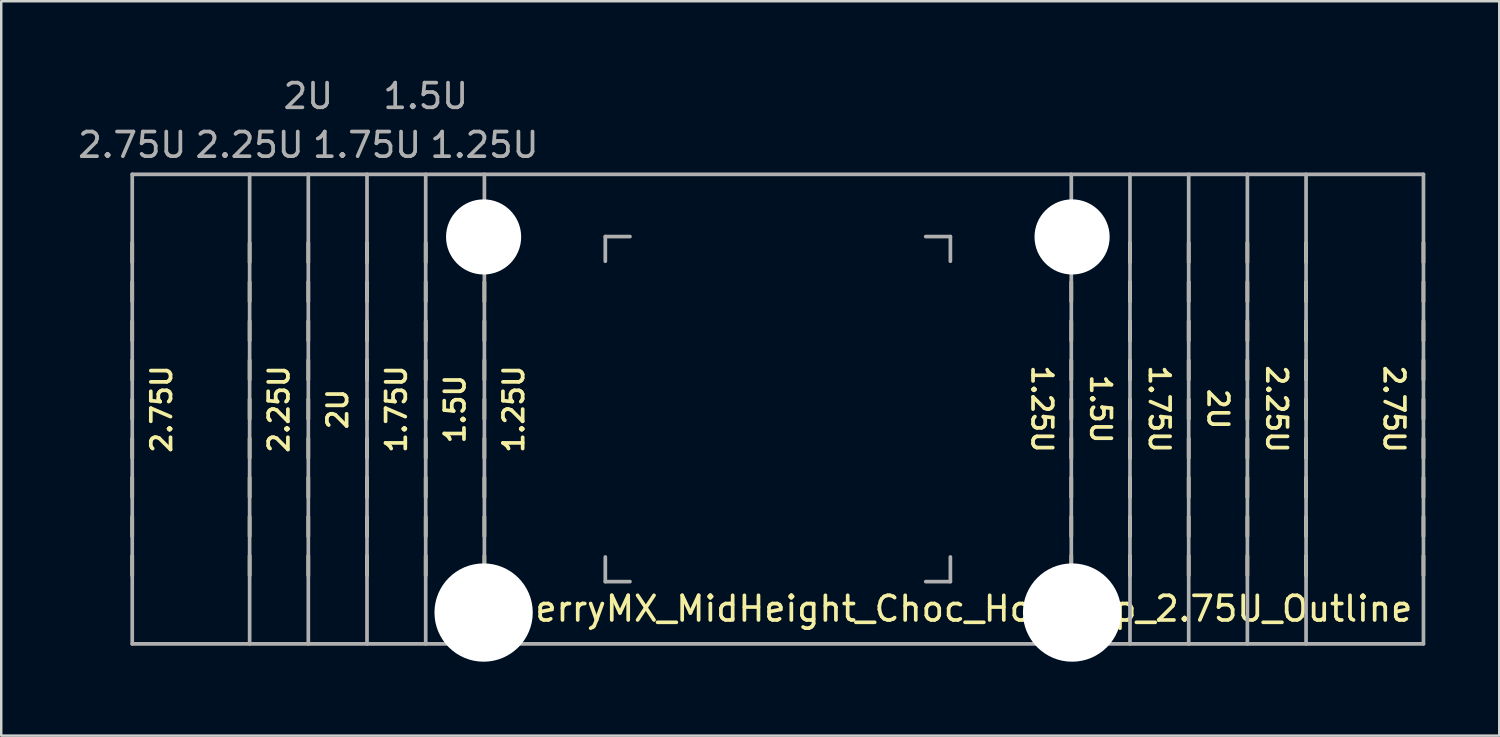
<source format=kicad_pcb>
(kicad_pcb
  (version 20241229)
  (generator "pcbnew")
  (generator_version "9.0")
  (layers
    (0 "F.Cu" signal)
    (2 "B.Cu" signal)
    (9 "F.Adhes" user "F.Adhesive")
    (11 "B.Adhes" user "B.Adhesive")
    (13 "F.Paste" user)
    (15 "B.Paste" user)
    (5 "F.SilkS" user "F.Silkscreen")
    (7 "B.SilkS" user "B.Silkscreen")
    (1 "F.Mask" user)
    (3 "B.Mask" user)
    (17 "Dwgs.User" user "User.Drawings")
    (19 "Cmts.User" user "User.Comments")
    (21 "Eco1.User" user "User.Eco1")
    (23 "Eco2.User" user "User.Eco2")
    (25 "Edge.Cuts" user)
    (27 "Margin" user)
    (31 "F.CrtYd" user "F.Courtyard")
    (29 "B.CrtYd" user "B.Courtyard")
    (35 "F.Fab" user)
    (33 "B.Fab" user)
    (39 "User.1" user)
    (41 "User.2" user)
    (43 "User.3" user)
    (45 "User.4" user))
  (footprint "CherryMX_MidHeight_Choc_Hotswap_2.75U_Outline"
    (layer "F.Cu")
    (at 28.509 13.548)
    (property "Reference" "CherryMX_MidHeight_Choc_Hotswap_2.75U_Outline" (at 7 8.1 0) (layer "F.SilkS") (effects (font (size 1 1) (thickness 0.15))))
    (attr through_hole)
    (fp_line (start -26.194 -5.953) (end -26.194 -6.747) (stroke (width 0.15) (type solid)) (layer "F.SilkS"))
    (fp_line (start -26.194 -4.366) (end -26.194 -5.159) (stroke (width 0.15) (type solid)) (layer "F.SilkS"))
    (fp_line (start -26.194 -2.778) (end -26.194 -3.572) (stroke (width 0.15) (type solid)) (layer "F.SilkS"))
    (fp_line (start -26.194 -1.191) (end -26.194 -1.984) (stroke (width 0.15) (type solid)) (layer "F.SilkS"))
    (fp_line (start -26.194 -0.397) (end -26.194 0.397) (stroke (width 0.15) (type solid)) (layer "F.SilkS"))
    (fp_line (start -26.194 1.191) (end -26.194 1.984) (stroke (width 0.15) (type solid)) (layer "F.SilkS"))
    (fp_line (start -26.194 2.778) (end -26.194 3.572) (stroke (width 0.15) (type solid)) (layer "F.SilkS"))
    (fp_line (start -26.194 4.366) (end -26.194 5.159) (stroke (width 0.15) (type solid)) (layer "F.SilkS"))
    (fp_line (start -26.194 5.953) (end -26.194 6.747) (stroke (width 0.15) (type solid)) (layer "F.SilkS"))
    (fp_line (start -21.431 -5.953) (end -21.431 -6.747) (stroke (width 0.15) (type solid)) (layer "F.SilkS"))
    (fp_line (start -21.431 -4.366) (end -21.431 -5.159) (stroke (width 0.15) (type solid)) (layer "F.SilkS"))
    (fp_line (start -21.431 -2.778) (end -21.431 -3.572) (stroke (width 0.15) (type solid)) (layer "F.SilkS"))
    (fp_line (start -21.431 -1.191) (end -21.431 -1.984) (stroke (width 0.15) (type solid)) (layer "F.SilkS"))
    (fp_line (start -21.431 -0.397) (end -21.431 0.397) (stroke (width 0.15) (type solid)) (layer "F.SilkS"))
    (fp_line (start -21.431 1.191) (end -21.431 1.984) (stroke (width 0.15) (type solid)) (layer "F.SilkS"))
    (fp_line (start -21.431 2.778) (end -21.431 3.572) (stroke (width 0.15) (type solid)) (layer "F.SilkS"))
    (fp_line (start -21.431 4.366) (end -21.431 5.159) (stroke (width 0.15) (type solid)) (layer "F.SilkS"))
    (fp_line (start -21.431 5.953) (end -21.431 6.747) (stroke (width 0.15) (type solid)) (layer "F.SilkS"))
    (fp_line (start -19.05 -5.953) (end -19.05 -6.747) (stroke (width 0.15) (type solid)) (layer "F.SilkS"))
    (fp_line (start -19.05 -4.366) (end -19.05 -5.159) (stroke (width 0.15) (type solid)) (layer "F.SilkS"))
    (fp_line (start -19.05 -2.778) (end -19.05 -3.572) (stroke (width 0.15) (type solid)) (layer "F.SilkS"))
    (fp_line (start -19.05 -1.191) (end -19.05 -1.984) (stroke (width 0.15) (type solid)) (layer "F.SilkS"))
    (fp_line (start -19.05 -0.397) (end -19.05 0.397) (stroke (width 0.15) (type solid)) (layer "F.SilkS"))
    (fp_line (start -19.05 1.191) (end -19.05 1.984) (stroke (width 0.15) (type solid)) (layer "F.SilkS"))
    (fp_line (start -19.05 2.778) (end -19.05 3.572) (stroke (width 0.15) (type solid)) (layer "F.SilkS"))
    (fp_line (start -19.05 4.366) (end -19.05 5.159) (stroke (width 0.15) (type solid)) (layer "F.SilkS"))
    (fp_line (start -19.05 5.953) (end -19.05 6.747) (stroke (width 0.15) (type solid)) (layer "F.SilkS"))
    (fp_line (start -16.669 -5.953) (end -16.669 -6.747) (stroke (width 0.15) (type solid)) (layer "F.SilkS"))
    (fp_line (start -16.669 -4.366) (end -16.669 -5.159) (stroke (width 0.15) (type solid)) (layer "F.SilkS"))
    (fp_line (start -16.669 -2.778) (end -16.669 -3.572) (stroke (width 0.15) (type solid)) (layer "F.SilkS"))
    (fp_line (start -16.669 -1.191) (end -16.669 -1.984) (stroke (width 0.15) (type solid)) (layer "F.SilkS"))
    (fp_line (start -16.669 -0.397) (end -16.669 0.397) (stroke (width 0.15) (type solid)) (layer "F.SilkS"))
    (fp_line (start -16.669 1.191) (end -16.669 1.984) (stroke (width 0.15) (type solid)) (layer "F.SilkS"))
    (fp_line (start -16.669 2.778) (end -16.669 3.572) (stroke (width 0.15) (type solid)) (layer "F.SilkS"))
    (fp_line (start -16.669 4.366) (end -16.669 5.159) (stroke (width 0.15) (type solid)) (layer "F.SilkS"))
    (fp_line (start -16.669 5.953) (end -16.669 6.747) (stroke (width 0.15) (type solid)) (layer "F.SilkS"))
    (fp_line (start -14.287 -5.953) (end -14.287 -6.747) (stroke (width 0.15) (type solid)) (layer "F.SilkS"))
    (fp_line (start -14.287 -4.366) (end -14.287 -5.159) (stroke (width 0.15) (type solid)) (layer "F.SilkS"))
    (fp_line (start -14.287 -2.778) (end -14.287 -3.572) (stroke (width 0.15) (type solid)) (layer "F.SilkS"))
    (fp_line (start -14.287 -1.191) (end -14.287 -1.984) (stroke (width 0.15) (type solid)) (layer "F.SilkS"))
    (fp_line (start -14.287 -0.397) (end -14.287 0.397) (stroke (width 0.15) (type solid)) (layer "F.SilkS"))
    (fp_line (start -14.287 1.191) (end -14.287 1.984) (stroke (width 0.15) (type solid)) (layer "F.SilkS"))
    (fp_line (start -14.287 2.778) (end -14.287 3.572) (stroke (width 0.15) (type solid)) (layer "F.SilkS"))
    (fp_line (start -14.287 4.366) (end -14.287 5.159) (stroke (width 0.15) (type solid)) (layer "F.SilkS"))
    (fp_line (start -14.287 5.953) (end -14.287 6.747) (stroke (width 0.15) (type solid)) (layer "F.SilkS"))
    (fp_line (start -11.906 -5.953) (end -11.906 -6.747) (stroke (width 0.15) (type solid)) (layer "F.SilkS"))
    (fp_line (start -11.906 -4.366) (end -11.906 -5.159) (stroke (width 0.15) (type solid)) (layer "F.SilkS"))
    (fp_line (start -11.906 -2.778) (end -11.906 -3.572) (stroke (width 0.15) (type solid)) (layer "F.SilkS"))
    (fp_line (start -11.906 -1.191) (end -11.906 -1.984) (stroke (width 0.15) (type solid)) (layer "F.SilkS"))
    (fp_line (start -11.906 -0.397) (end -11.906 0.397) (stroke (width 0.15) (type solid)) (layer "F.SilkS"))
    (fp_line (start -11.906 1.191) (end -11.906 1.984) (stroke (width 0.15) (type solid)) (layer "F.SilkS"))
    (fp_line (start -11.906 2.778) (end -11.906 3.572) (stroke (width 0.15) (type solid)) (layer "F.SilkS"))
    (fp_line (start -11.906 4.366) (end -11.906 5.159) (stroke (width 0.15) (type solid)) (layer "F.SilkS"))
    (fp_line (start -11.906 5.953) (end -11.906 6.747) (stroke (width 0.15) (type solid)) (layer "F.SilkS"))
    (fp_line (start 11.906 -5.953) (end 11.906 -6.747) (stroke (width 0.15) (type solid)) (layer "F.SilkS"))
    (fp_line (start 11.906 -4.366) (end 11.906 -5.159) (stroke (width 0.15) (type solid)) (layer "F.SilkS"))
    (fp_line (start 11.906 -2.778) (end 11.906 -3.572) (stroke (width 0.15) (type solid)) (layer "F.SilkS"))
    (fp_line (start 11.906 -1.191) (end 11.906 -1.984) (stroke (width 0.15) (type solid)) (layer "F.SilkS"))
    (fp_line (start 11.906 -0.397) (end 11.906 0.397) (stroke (width 0.15) (type solid)) (layer "F.SilkS"))
    (fp_line (start 11.906 1.191) (end 11.906 1.984) (stroke (width 0.15) (type solid)) (layer "F.SilkS"))
    (fp_line (start 11.906 2.778) (end 11.906 3.572) (stroke (width 0.15) (type solid)) (layer "F.SilkS"))
    (fp_line (start 11.906 4.366) (end 11.906 5.159) (stroke (width 0.15) (type solid)) (layer "F.SilkS"))
    (fp_line (start 11.906 5.953) (end 11.906 6.747) (stroke (width 0.15) (type solid)) (layer "F.SilkS"))
    (fp_line (start 14.287 -5.953) (end 14.287 -6.747) (stroke (width 0.15) (type solid)) (layer "F.SilkS"))
    (fp_line (start 14.287 -4.366) (end 14.287 -5.159) (stroke (width 0.15) (type solid)) (layer "F.SilkS"))
    (fp_line (start 14.287 -2.778) (end 14.287 -3.572) (stroke (width 0.15) (type solid)) (layer "F.SilkS"))
    (fp_line (start 14.287 -1.191) (end 14.287 -1.984) (stroke (width 0.15) (type solid)) (layer "F.SilkS"))
    (fp_line (start 14.287 -0.397) (end 14.287 0.397) (stroke (width 0.15) (type solid)) (layer "F.SilkS"))
    (fp_line (start 14.287 1.191) (end 14.287 1.984) (stroke (width 0.15) (type solid)) (layer "F.SilkS"))
    (fp_line (start 14.287 2.778) (end 14.287 3.572) (stroke (width 0.15) (type solid)) (layer "F.SilkS"))
    (fp_line (start 14.287 4.366) (end 14.287 5.159) (stroke (width 0.15) (type solid)) (layer "F.SilkS"))
    (fp_line (start 14.287 5.953) (end 14.287 6.747) (stroke (width 0.15) (type solid)) (layer "F.SilkS"))
    (fp_line (start 16.669 -5.953) (end 16.669 -6.747) (stroke (width 0.15) (type solid)) (layer "F.SilkS"))
    (fp_line (start 16.669 -4.366) (end 16.669 -5.159) (stroke (width 0.15) (type solid)) (layer "F.SilkS"))
    (fp_line (start 16.669 -2.778) (end 16.669 -3.572) (stroke (width 0.15) (type solid)) (layer "F.SilkS"))
    (fp_line (start 16.669 -1.191) (end 16.669 -1.984) (stroke (width 0.15) (type solid)) (layer "F.SilkS"))
    (fp_line (start 16.669 -0.397) (end 16.669 0.397) (stroke (width 0.15) (type solid)) (layer "F.SilkS"))
    (fp_line (start 16.669 1.191) (end 16.669 1.984) (stroke (width 0.15) (type solid)) (layer "F.SilkS"))
    (fp_line (start 16.669 2.778) (end 16.669 3.572) (stroke (width 0.15) (type solid)) (layer "F.SilkS"))
    (fp_line (start 16.669 4.366) (end 16.669 5.159) (stroke (width 0.15) (type solid)) (layer "F.SilkS"))
    (fp_line (start 16.669 5.953) (end 16.669 6.747) (stroke (width 0.15) (type solid)) (layer "F.SilkS"))
    (fp_line (start 19.05 -5.953) (end 19.05 -6.747) (stroke (width 0.15) (type solid)) (layer "F.SilkS"))
    (fp_line (start 19.05 -4.366) (end 19.05 -5.159) (stroke (width 0.15) (type solid)) (layer "F.SilkS"))
    (fp_line (start 19.05 -2.778) (end 19.05 -3.572) (stroke (width 0.15) (type solid)) (layer "F.SilkS"))
    (fp_line (start 19.05 -1.191) (end 19.05 -1.984) (stroke (width 0.15) (type solid)) (layer "F.SilkS"))
    (fp_line (start 19.05 -0.397) (end 19.05 0.397) (stroke (width 0.15) (type solid)) (layer "F.SilkS"))
    (fp_line (start 19.05 1.191) (end 19.05 1.984) (stroke (width 0.15) (type solid)) (layer "F.SilkS"))
    (fp_line (start 19.05 2.778) (end 19.05 3.572) (stroke (width 0.15) (type solid)) (layer "F.SilkS"))
    (fp_line (start 19.05 4.366) (end 19.05 5.159) (stroke (width 0.15) (type solid)) (layer "F.SilkS"))
    (fp_line (start 19.05 5.953) (end 19.05 6.747) (stroke (width 0.15) (type solid)) (layer "F.SilkS"))
    (fp_line (start 21.431 -5.953) (end 21.431 -6.747) (stroke (width 0.15) (type solid)) (layer "F.SilkS"))
    (fp_line (start 21.431 -4.366) (end 21.431 -5.159) (stroke (width 0.15) (type solid)) (layer "F.SilkS"))
    (fp_line (start 21.431 -2.778) (end 21.431 -3.572) (stroke (width 0.15) (type solid)) (layer "F.SilkS"))
    (fp_line (start 21.431 -1.191) (end 21.431 -1.984) (stroke (width 0.15) (type solid)) (layer "F.SilkS"))
    (fp_line (start 21.431 -0.397) (end 21.431 0.397) (stroke (width 0.15) (type solid)) (layer "F.SilkS"))
    (fp_line (start 21.431 1.191) (end 21.431 1.984) (stroke (width 0.15) (type solid)) (layer "F.SilkS"))
    (fp_line (start 21.431 2.778) (end 21.431 3.572) (stroke (width 0.15) (type solid)) (layer "F.SilkS"))
    (fp_line (start 21.431 4.366) (end 21.431 5.159) (stroke (width 0.15) (type solid)) (layer "F.SilkS"))
    (fp_line (start 21.431 5.953) (end 21.431 6.747) (stroke (width 0.15) (type solid)) (layer "F.SilkS"))
    (fp_line (start 26.194 -5.953) (end 26.194 -6.747) (stroke (width 0.15) (type solid)) (layer "F.SilkS"))
    (fp_line (start 26.194 -4.366) (end 26.194 -5.159) (stroke (width 0.15) (type solid)) (layer "F.SilkS"))
    (fp_line (start 26.194 -2.778) (end 26.194 -3.572) (stroke (width 0.15) (type solid)) (layer "F.SilkS"))
    (fp_line (start 26.194 -1.191) (end 26.194 -1.984) (stroke (width 0.15) (type solid)) (layer "F.SilkS"))
    (fp_line (start 26.194 -0.397) (end 26.194 0.397) (stroke (width 0.15) (type solid)) (layer "F.SilkS"))
    (fp_line (start 26.194 1.191) (end 26.194 1.984) (stroke (width 0.15) (type solid)) (layer "F.SilkS"))
    (fp_line (start 26.194 2.778) (end 26.194 3.572) (stroke (width 0.15) (type solid)) (layer "F.SilkS"))
    (fp_line (start 26.194 4.366) (end 26.194 5.159) (stroke (width 0.15) (type solid)) (layer "F.SilkS"))
    (fp_line (start 26.194 5.953) (end 26.194 6.747) (stroke (width 0.15) (type solid)) (layer "F.SilkS"))
    (fp_line (start -26.194 -9.525) (end 26.194 -9.525) (stroke (width 0.15) (type solid)) (layer "F.Fab"))
    (fp_line (start -26.194 9.525) (end -26.194 -9.525) (stroke (width 0.15) (type solid)) (layer "F.Fab"))
    (fp_line (start -26.194 9.525) (end 26.194 9.525) (stroke (width 0.15) (type solid)) (layer "F.Fab"))
    (fp_line (start -21.431 -9.525) (end -21.431 9.525) (stroke (width 0.15) (type solid)) (layer "F.Fab"))
    (fp_line (start -19.05 -9.525) (end -19.05 9.525) (stroke (width 0.15) (type solid)) (layer "F.Fab"))
    (fp_line (start -16.669 -9.525) (end -16.669 9.525) (stroke (width 0.15) (type solid)) (layer "F.Fab"))
    (fp_line (start -14.287 -9.525) (end -14.287 9.525) (stroke (width 0.15) (type solid)) (layer "F.Fab"))
    (fp_line (start -11.906 -9.525) (end -11.906 9.525) (stroke (width 0.15) (type solid)) (layer "F.Fab"))
    (fp_line (start -7 -7) (end -7 -6) (stroke (width 0.15) (type solid)) (layer "F.Fab"))
    (fp_line (start -7 6) (end -7 7) (stroke (width 0.15) (type solid)) (layer "F.Fab"))
    (fp_line (start -7 7) (end -6 7) (stroke (width 0.15) (type solid)) (layer "F.Fab"))
    (fp_line (start -6 -7) (end -7 -7) (stroke (width 0.15) (type solid)) (layer "F.Fab"))
    (fp_line (start 6 -7) (end 7 -7) (stroke (width 0.15) (type solid)) (layer "F.Fab"))
    (fp_line (start 6 7) (end 7 7) (stroke (width 0.15) (type solid)) (layer "F.Fab"))
    (fp_line (start 7 -7) (end 7 -6) (stroke (width 0.15) (type solid)) (layer "F.Fab"))
    (fp_line (start 7 7) (end 7 6) (stroke (width 0.15) (type solid)) (layer "F.Fab"))
    (fp_line (start 11.906 -9.525) (end 11.906 9.525) (stroke (width 0.15) (type solid)) (layer "F.Fab"))
    (fp_line (start 14.287 -9.525) (end 14.287 9.525) (stroke (width 0.15) (type solid)) (layer "F.Fab"))
    (fp_line (start 16.669 -9.525) (end 16.669 9.525) (stroke (width 0.15) (type solid)) (layer "F.Fab"))
    (fp_line (start 19.05 -9.525) (end 19.05 9.525) (stroke (width 0.15) (type solid)) (layer "F.Fab"))
    (fp_line (start 21.431 -9.525) (end 21.431 9.525) (stroke (width 0.15) (type solid)) (layer "F.Fab"))
    (fp_line (start 26.194 -9.525) (end 26.194 9.525) (stroke (width 0.15) (type solid)) (layer "F.Fab"))
    (fp_text user "2.75U" (at 25.003 0 270) (unlocked yes) (layer "F.SilkS") (effects (font (size 0.8 0.8) (thickness 0.15))))
    (fp_text user "2U" (at -17.859 0 90) (unlocked yes) (layer "F.SilkS") (effects (font (size 0.8 0.8) (thickness 0.15))))
    (fp_text user "2.25U" (at -20.241 0 90) (unlocked yes) (layer "F.SilkS") (effects (font (size 0.8 0.8) (thickness 0.15))))
    (fp_text user "2.25U" (at 20.241 0 270) (unlocked yes) (layer "F.SilkS") (effects (font (size 0.8 0.8) (thickness 0.15))))
    (fp_text user "1.5U" (at -13.097 0 90) (unlocked yes) (layer "F.SilkS") (effects (font (size 0.8 0.8) (thickness 0.15))))
    (fp_text user "2U" (at 17.859 0 270) (unlocked yes) (layer "F.SilkS") (effects (font (size 0.8 0.8) (thickness 0.15))))
    (fp_text user "1.5U" (at 13.097 0 270) (unlocked yes) (layer "F.SilkS") (effects (font (size 0.8 0.8) (thickness 0.15))))
    (fp_text user "1.25U" (at 10.716 0 270) (unlocked yes) (layer "F.SilkS") (effects (font (size 0.8 0.8) (thickness 0.15))))
    (fp_text user "1.75U" (at 15.478 0 270) (unlocked yes) (layer "F.SilkS") (effects (font (size 0.8 0.8) (thickness 0.15))))
    (fp_text user "1.75U" (at -15.478 0 90) (unlocked yes) (layer "F.SilkS") (effects (font (size 0.8 0.8) (thickness 0.15))))
    (fp_text user "1.25U" (at -10.716 0 90) (unlocked yes) (layer "F.SilkS") (effects (font (size 0.8 0.8) (thickness 0.15))))
    (fp_text user "2.75U" (at -25.003 0 90) (unlocked yes) (layer "F.SilkS") (effects (font (size 0.8 0.8) (thickness 0.15))))
    (fp_text user "1.75U" (at -16.669 -10.716 0) (layer "F.Fab") (effects (font (size 1 1) (thickness 0.15))))
    (fp_text user "2.25U" (at -21.431 -10.716 0) (layer "F.Fab") (effects (font (size 1 1) (thickness 0.15))))
    (fp_text user "1.25U" (at -11.906 -10.716 0) (layer "F.Fab") (effects (font (size 1 1) (thickness 0.15))))
    (fp_text user "2.75U" (at -26.194 -10.716 0) (layer "F.Fab") (effects (font (size 1 1) (thickness 0.15))))
    (fp_text user "2U" (at -19.05 -12.7 0) (layer "F.Fab") (effects (font (size 1 1) (thickness 0.15))))
    (fp_text user "1.5U" (at -14.287 -12.7 0) (layer "F.Fab") (effects (font (size 1 1) (thickness 0.15))))
    (pad "" np_thru_hole circle (at -11.938 -6.985) (size 3.048 3.048) (drill 3.048) (layers "*.Cu" "*.Mask"))
    (pad "" np_thru_hole circle (at -11.938 8.255) (size 3.988 3.988) (drill 3.988) (layers "*.Cu" "*.Mask"))
    (pad "" np_thru_hole circle (at 11.938 -6.985) (size 3.048 3.048) (drill 3.048) (layers "*.Cu" "*.Mask"))
    (pad "" np_thru_hole circle (at 11.938 8.255) (size 3.988 3.988) (drill 3.988) (layers "*.Cu" "*.Mask")))
  (gr_rect
    (start -3 -3)
    (end 57.778 26.797)
    (stroke (width 0.1) (type default))
    (fill no)
    (layer "Edge.Cuts")))
</source>
